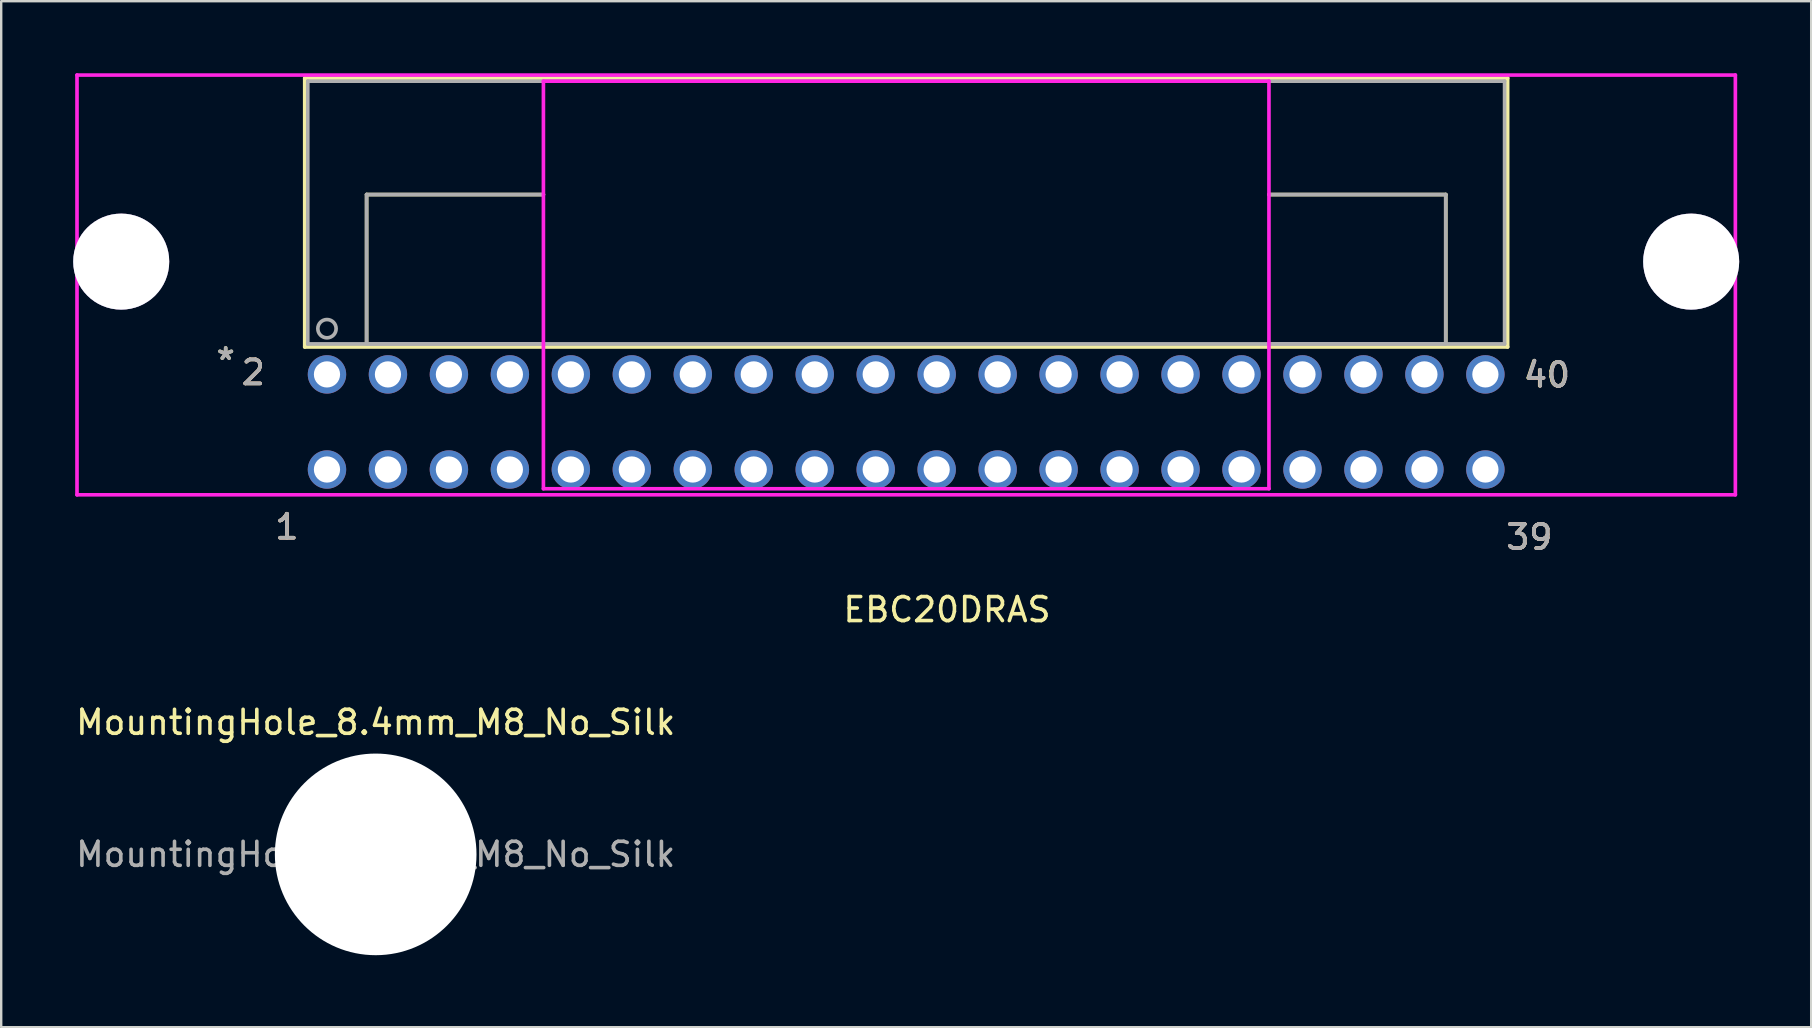
<source format=kicad_pcb>
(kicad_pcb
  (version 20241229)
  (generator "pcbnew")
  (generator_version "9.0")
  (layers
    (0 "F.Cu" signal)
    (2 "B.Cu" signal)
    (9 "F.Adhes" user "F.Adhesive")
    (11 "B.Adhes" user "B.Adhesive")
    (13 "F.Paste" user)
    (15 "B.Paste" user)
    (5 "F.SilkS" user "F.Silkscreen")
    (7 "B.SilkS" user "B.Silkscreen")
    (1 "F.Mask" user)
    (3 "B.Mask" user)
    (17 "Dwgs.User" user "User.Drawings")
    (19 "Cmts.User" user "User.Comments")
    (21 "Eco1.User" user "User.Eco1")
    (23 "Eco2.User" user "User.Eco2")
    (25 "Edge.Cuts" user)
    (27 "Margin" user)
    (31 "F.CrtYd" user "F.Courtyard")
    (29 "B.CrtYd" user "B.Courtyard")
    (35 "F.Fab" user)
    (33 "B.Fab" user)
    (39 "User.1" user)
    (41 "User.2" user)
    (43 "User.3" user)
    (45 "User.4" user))
  (footprint "MountingHole_8.4mm_M8_No_Silk"
    (layer "F.Cu")
    (at 12.601 32.544)
    (property "Reference" "MountingHole_8.4mm_M8_No_Silk" (at 0 -5.5 0) (layer "F.SilkS") (effects (font (size 1 1) (thickness 0.15))))
    (attr exclude_from_pos_files exclude_from_bom)
    (fp_text user "${REFERENCE}" (at 0 0 0) (layer "F.Fab") (effects (font (size 1 1) (thickness 0.15))))
    (pad "" np_thru_hole circle (at 0 0) (size 8.4 8.4) (drill 8.4) (layers "*.Cu" "*.Mask")))
  (footprint "EBC20DRAS"
    (layer "F.Cu")
    (at 10.572 12.548)
    (property "Reference" "EBC20DRAS" (at 25.83 9.8 0) (layer "F.SilkS") (effects (font (size 1 1) (thickness 0.15))))
    (attr through_hole)
    (fp_line (start -0.927 -12.344) (end -0.927 -1.143) (stroke (width 0.152) (type solid)) (layer "F.SilkS"))
    (fp_line (start -0.927 -1.143) (end 49.187 -1.143) (stroke (width 0.152) (type solid)) (layer "F.SilkS"))
    (fp_line (start 1.651 -7.493) (end 9.017 -7.493) (stroke (width 0.152) (type solid)) (layer "F.SilkS"))
    (fp_line (start 1.651 -1.27) (end 1.651 -7.493) (stroke (width 0.152) (type solid)) (layer "F.SilkS"))
    (fp_line (start 9.017 -1.27) (end 1.651 -1.27) (stroke (width 0.152) (type solid)) (layer "F.SilkS"))
    (fp_line (start 39.243 -1.27) (end 46.609 -1.27) (stroke (width 0.152) (type solid)) (layer "F.SilkS"))
    (fp_line (start 46.609 -7.493) (end 39.243 -7.493) (stroke (width 0.152) (type solid)) (layer "F.SilkS"))
    (fp_line (start 46.609 -1.27) (end 46.609 -7.493) (stroke (width 0.152) (type solid)) (layer "F.SilkS"))
    (fp_line (start 49.187 -12.344) (end -0.927 -12.344) (stroke (width 0.152) (type solid)) (layer "F.SilkS"))
    (fp_line (start 49.187 -1.143) (end 49.187 -12.344) (stroke (width 0.152) (type solid)) (layer "F.SilkS"))
    (fp_circle (center -8.554 -4.7) (end -8.1 -4.1) (stroke (width 0.12) (type solid)) (fill no) (layer "F.SilkS"))
    (fp_circle (center 56.848 -4.7) (end 57.601 -4.7) (stroke (width 0.12) (type solid)) (fill no) (layer "F.SilkS"))
    (fp_line (start -10.414 -12.471) (end -10.414 5.016) (stroke (width 0.152) (type solid)) (layer "F.CrtYd"))
    (fp_line (start -10.414 5.016) (end 58.674 5.016) (stroke (width 0.152) (type solid)) (layer "F.CrtYd"))
    (fp_line (start 9.017 -12.217) (end 9.017 4.763) (stroke (width 0.152) (type solid)) (layer "F.CrtYd"))
    (fp_line (start 9.017 4.763) (end 39.243 4.763) (stroke (width 0.152) (type solid)) (layer "F.CrtYd"))
    (fp_line (start 39.243 -12.217) (end 9.017 -12.217) (stroke (width 0.152) (type solid)) (layer "F.CrtYd"))
    (fp_line (start 39.243 4.763) (end 39.243 -12.217) (stroke (width 0.152) (type solid)) (layer "F.CrtYd"))
    (fp_line (start 58.674 -12.471) (end -10.414 -12.471) (stroke (width 0.152) (type solid)) (layer "F.CrtYd"))
    (fp_line (start 58.674 5.016) (end 58.674 -12.471) (stroke (width 0.152) (type solid)) (layer "F.CrtYd"))
    (fp_line (start -0.8 -12.217) (end -0.8 -1.27) (stroke (width 0.152) (type solid)) (layer "F.Fab"))
    (fp_line (start -0.8 -1.27) (end 49.06 -1.27) (stroke (width 0.152) (type solid)) (layer "F.Fab"))
    (fp_line (start 1.651 -7.493) (end 9.017 -7.493) (stroke (width 0.152) (type solid)) (layer "F.Fab"))
    (fp_line (start 1.651 -1.27) (end 1.651 -7.493) (stroke (width 0.152) (type solid)) (layer "F.Fab"))
    (fp_line (start 9.017 -1.27) (end 1.651 -1.27) (stroke (width 0.152) (type solid)) (layer "F.Fab"))
    (fp_line (start 39.243 -1.27) (end 46.609 -1.27) (stroke (width 0.152) (type solid)) (layer "F.Fab"))
    (fp_line (start 46.609 -7.493) (end 39.243 -7.493) (stroke (width 0.152) (type solid)) (layer "F.Fab"))
    (fp_line (start 46.609 -1.27) (end 46.609 -7.493) (stroke (width 0.152) (type solid)) (layer "F.Fab"))
    (fp_line (start 49.06 -12.217) (end -0.8 -12.217) (stroke (width 0.152) (type solid)) (layer "F.Fab"))
    (fp_line (start 49.06 -1.27) (end 49.06 -12.217) (stroke (width 0.152) (type solid)) (layer "F.Fab"))
    (fp_circle (center 0 -1.905) (end 0.381 -1.905) (stroke (width 0.152) (type solid)) (fill no) (layer "F.Fab"))
    (fp_text user "39" (at 50.09 6.78 0) (layer "F.SilkS") (effects (font (size 1 1) (thickness 0.15))))
    (fp_text user "*" (at -4.22 -0.56 0) (layer "F.SilkS") (effects (font (size 1 1) (thickness 0.15))))
    (fp_text user "1" (at -1.67 6.35 0) (layer "F.SilkS") (effects (font (size 1 1) (thickness 0.15))))
    (fp_text user "40" (at 50.81 0.02 0) (layer "F.SilkS") (effects (font (size 1 1) (thickness 0.15))))
    (fp_text user "2" (at -3.07 -0.08 0) (layer "F.SilkS") (effects (font (size 1 1) (thickness 0.15))))
    (fp_text user "40" (at 50.83 0.02 0) (layer "B.SilkS") (effects (font (size 1 1) (thickness 0.15))))
    (fp_text user "2" (at -3.07 -0.08 0) (layer "B.SilkS") (effects (font (size 1 1) (thickness 0.15))))
    (fp_text user "39" (at 50.09 6.78 0) (layer "B.SilkS") (effects (font (size 1 1) (thickness 0.15))))
    (fp_text user "1" (at -1.67 6.35 0) (layer "B.SilkS") (effects (font (size 1 1) (thickness 0.15))))
    (fp_text user "Copyright 2016 Accelerated Designs. All rights reserved." (at 0 0 0) (layer "Cmts.User") (effects (font (size 0.127 0.127) (thickness 0.002))))
    (fp_text user "2" (at -3.07 -0.08 0) (layer "F.Fab") (effects (font (size 1 1) (thickness 0.15))))
    (fp_text user "40" (at 50.83 0.02 0) (layer "F.Fab") (effects (font (size 1 1) (thickness 0.15))))
    (fp_text user "39" (at 50.09 6.78 0) (layer "F.Fab") (effects (font (size 1 1) (thickness 0.15))))
    (fp_text user "1" (at -1.67 6.35 0) (layer "F.Fab") (effects (font (size 1 1) (thickness 0.15))))
    (fp_text user "*" (at -4.22 -0.56 0) (layer "F.Fab") (effects (font (size 1 1) (thickness 0.15))))
    (pad "" thru_hole circle (at -8.572 -4.699) (size 4 4) (drill 4) (layers "*.Cu" "*.Mask"))
    (pad "" thru_hole circle (at 56.833 -4.699) (size 4 4) (drill 4) (layers "*.Cu" "*.Mask"))
    (pad "1" thru_hole circle (at 0 3.962) (size 1.6 1.6) (drill 1.092) (layers "*.Cu" "*.Mask"))
    (pad "2" thru_hole circle (at 0 0) (size 1.6 1.6) (drill 1.092) (layers "*.Cu" "*.Mask"))
    (pad "3" thru_hole circle (at 2.54 3.962) (size 1.6 1.6) (drill 1.092) (layers "*.Cu" "*.Mask"))
    (pad "4" thru_hole circle (at 2.54 0) (size 1.6 1.6) (drill 1.092) (layers "*.Cu" "*.Mask"))
    (pad "5" thru_hole circle (at 5.08 3.962) (size 1.6 1.6) (drill 1.092) (layers "*.Cu" "*.Mask"))
    (pad "6" thru_hole circle (at 5.08 0) (size 1.6 1.6) (drill 1.092) (layers "*.Cu" "*.Mask"))
    (pad "7" thru_hole circle (at 7.62 3.962) (size 1.6 1.6) (drill 1.092) (layers "*.Cu" "*.Mask"))
    (pad "8" thru_hole circle (at 7.62 0) (size 1.6 1.6) (drill 1.092) (layers "*.Cu" "*.Mask"))
    (pad "9" thru_hole circle (at 10.16 3.962) (size 1.6 1.6) (drill 1.092) (layers "*.Cu" "*.Mask"))
    (pad "10" thru_hole circle (at 10.16 0) (size 1.6 1.6) (drill 1.092) (layers "*.Cu" "*.Mask"))
    (pad "11" thru_hole circle (at 12.7 3.962) (size 1.6 1.6) (drill 1.092) (layers "*.Cu" "*.Mask"))
    (pad "12" thru_hole circle (at 12.7 0) (size 1.6 1.6) (drill 1.092) (layers "*.Cu" "*.Mask"))
    (pad "13" thru_hole circle (at 15.24 3.962) (size 1.6 1.6) (drill 1.092) (layers "*.Cu" "*.Mask"))
    (pad "14" thru_hole circle (at 15.24 0) (size 1.6 1.6) (drill 1.092) (layers "*.Cu" "*.Mask"))
    (pad "15" thru_hole circle (at 17.78 3.962) (size 1.6 1.6) (drill 1.092) (layers "*.Cu" "*.Mask"))
    (pad "16" thru_hole circle (at 17.78 0) (size 1.6 1.6) (drill 1.092) (layers "*.Cu" "*.Mask"))
    (pad "17" thru_hole circle (at 20.32 3.962) (size 1.6 1.6) (drill 1.092) (layers "*.Cu" "*.Mask"))
    (pad "18" thru_hole circle (at 20.32 0) (size 1.6 1.6) (drill 1.092) (layers "*.Cu" "*.Mask"))
    (pad "19" thru_hole circle (at 22.86 3.962) (size 1.6 1.6) (drill 1.092) (layers "*.Cu" "*.Mask"))
    (pad "20" thru_hole circle (at 22.86 0) (size 1.6 1.6) (drill 1.092) (layers "*.Cu" "*.Mask"))
    (pad "21" thru_hole circle (at 25.4 3.962) (size 1.6 1.6) (drill 1.092) (layers "*.Cu" "*.Mask"))
    (pad "22" thru_hole circle (at 25.4 0) (size 1.6 1.6) (drill 1.092) (layers "*.Cu" "*.Mask"))
    (pad "23" thru_hole circle (at 27.94 3.962) (size 1.6 1.6) (drill 1.092) (layers "*.Cu" "*.Mask"))
    (pad "24" thru_hole circle (at 27.94 0) (size 1.6 1.6) (drill 1.092) (layers "*.Cu" "*.Mask"))
    (pad "25" thru_hole circle (at 30.48 3.962) (size 1.6 1.6) (drill 1.092) (layers "*.Cu" "*.Mask"))
    (pad "26" thru_hole circle (at 30.48 0) (size 1.6 1.6) (drill 1.092) (layers "*.Cu" "*.Mask"))
    (pad "27" thru_hole circle (at 33.02 3.962) (size 1.6 1.6) (drill 1.092) (layers "*.Cu" "*.Mask"))
    (pad "28" thru_hole circle (at 33.02 0) (size 1.6 1.6) (drill 1.092) (layers "*.Cu" "*.Mask"))
    (pad "29" thru_hole circle (at 35.56 3.962) (size 1.6 1.6) (drill 1.092) (layers "*.Cu" "*.Mask"))
    (pad "30" thru_hole circle (at 35.56 0) (size 1.6 1.6) (drill 1.092) (layers "*.Cu" "*.Mask"))
    (pad "31" thru_hole circle (at 38.1 3.962) (size 1.6 1.6) (drill 1.092) (layers "*.Cu" "*.Mask"))
    (pad "32" thru_hole circle (at 38.1 0) (size 1.6 1.6) (drill 1.092) (layers "*.Cu" "*.Mask"))
    (pad "33" thru_hole circle (at 40.64 3.962) (size 1.6 1.6) (drill 1.092) (layers "*.Cu" "*.Mask"))
    (pad "34" thru_hole circle (at 40.64 0) (size 1.6 1.6) (drill 1.092) (layers "*.Cu" "*.Mask"))
    (pad "35" thru_hole circle (at 43.18 3.962) (size 1.6 1.6) (drill 1.092) (layers "*.Cu" "*.Mask"))
    (pad "36" thru_hole circle (at 43.18 0) (size 1.6 1.6) (drill 1.092) (layers "*.Cu" "*.Mask"))
    (pad "37" thru_hole circle (at 45.72 3.962) (size 1.6 1.6) (drill 1.092) (layers "*.Cu" "*.Mask"))
    (pad "38" thru_hole circle (at 45.72 0) (size 1.6 1.6) (drill 1.092) (layers "*.Cu" "*.Mask"))
    (pad "39" thru_hole circle (at 48.26 3.962) (size 1.6 1.6) (drill 1.092) (layers "*.Cu" "*.Mask"))
    (pad "40" thru_hole circle (at 48.26 0) (size 1.6 1.6) (drill 1.092) (layers "*.Cu" "*.Mask")))
  (gr_rect
    (start -3 -3)
    (end 72.405 39.744)
    (stroke (width 0.1) (type default))
    (fill no)
    (layer "Edge.Cuts")))
</source>
